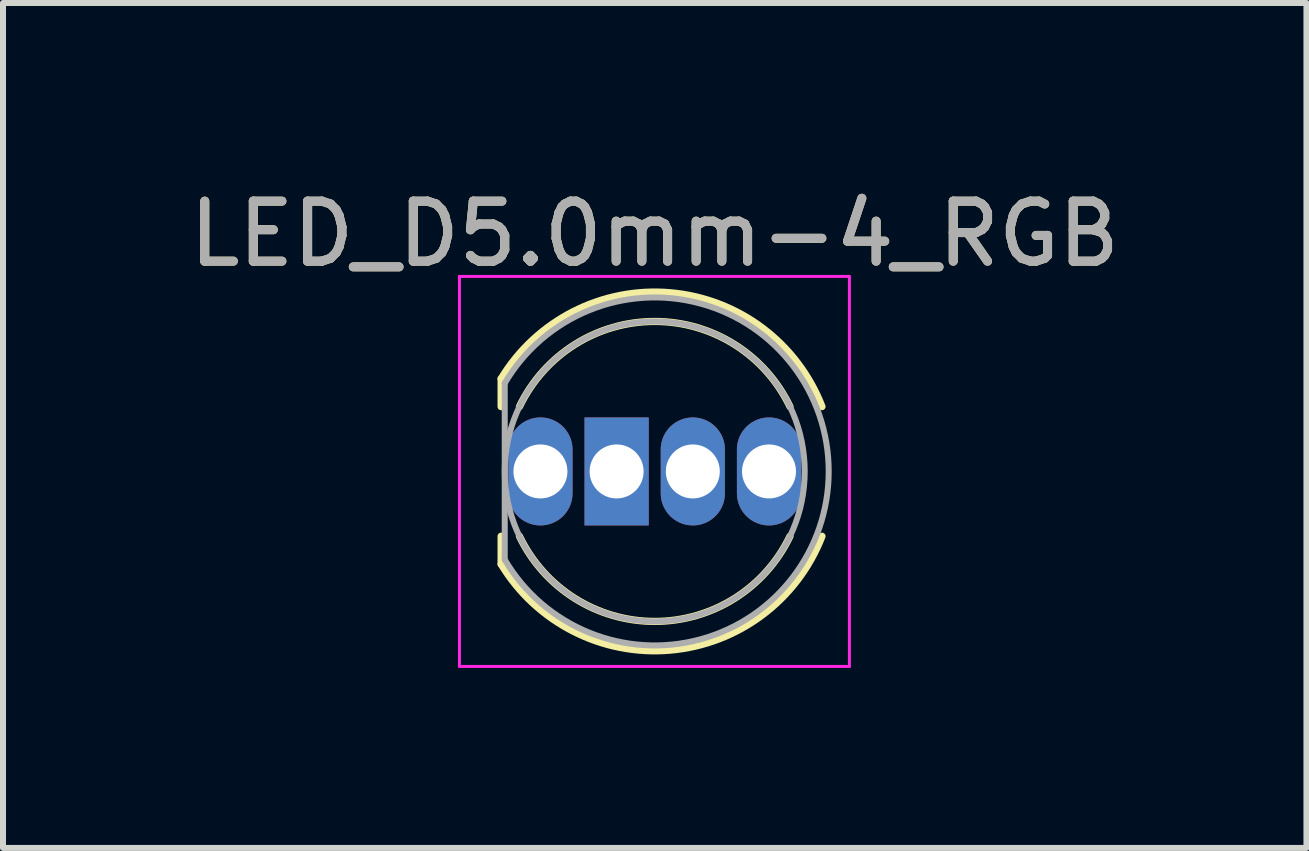
<source format=kicad_pcb>
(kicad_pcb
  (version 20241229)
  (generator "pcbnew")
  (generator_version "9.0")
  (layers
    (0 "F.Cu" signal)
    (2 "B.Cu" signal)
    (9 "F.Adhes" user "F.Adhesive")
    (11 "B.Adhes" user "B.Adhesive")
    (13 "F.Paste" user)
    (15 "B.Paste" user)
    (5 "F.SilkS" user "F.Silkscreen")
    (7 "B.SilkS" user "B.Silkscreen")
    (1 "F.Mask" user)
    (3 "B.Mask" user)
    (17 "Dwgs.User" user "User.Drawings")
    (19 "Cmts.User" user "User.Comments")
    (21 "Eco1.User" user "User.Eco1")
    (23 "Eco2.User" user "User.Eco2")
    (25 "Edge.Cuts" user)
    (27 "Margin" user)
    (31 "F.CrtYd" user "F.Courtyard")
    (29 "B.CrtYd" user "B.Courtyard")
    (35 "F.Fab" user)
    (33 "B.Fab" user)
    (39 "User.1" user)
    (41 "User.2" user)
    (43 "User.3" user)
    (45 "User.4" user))
  (footprint "LED_D5.0mm-4_RGB"
    (layer "F.Cu")
    (at 5.958 4.808)
    (property "Reference" "LED_D5.0mm-4_RGB" (at 1.905 -3.96 0) (layer "F.SilkS") (effects (font (size 1 1) (thickness 0.15))))
    (attr through_hole)
    (fp_line (start -0.655 -1.545) (end -0.655 -1.08) (stroke (width 0.12) (type solid)) (layer "F.SilkS"))
    (fp_line (start -0.655 1.08) (end -0.655 1.545) (stroke (width 0.12) (type solid)) (layer "F.SilkS"))
    (fp_arc (start -0.655 -1.54483) (mid 2.163456 -2.978809) (end 4.692815 -1.080827) (stroke (width 0.12) (type solid)) (layer "F.SilkS"))
    (fp_arc (start -0.349684 -1.08) (mid 1.904762 -2.5) (end 4.159479 -1.080429) (stroke (width 0.12) (type solid)) (layer "F.SilkS"))
    (fp_arc (start 4.159479 1.080429) (mid 1.904762 2.5) (end -0.349684 1.08) (stroke (width 0.12) (type solid)) (layer "F.SilkS"))
    (fp_arc (start 4.692815 1.080827) (mid 2.163456 2.978808) (end -0.655 1.54483) (stroke (width 0.12) (type solid)) (layer "F.SilkS"))
    (fp_line (start -1.35 -3.25) (end -1.35 3.25) (stroke (width 0.05) (type solid)) (layer "F.CrtYd"))
    (fp_line (start -1.35 3.25) (end 5.15 3.25) (stroke (width 0.05) (type solid)) (layer "F.CrtYd"))
    (fp_line (start 5.15 -3.25) (end -1.35 -3.25) (stroke (width 0.05) (type solid)) (layer "F.CrtYd"))
    (fp_line (start 5.15 3.25) (end 5.15 -3.25) (stroke (width 0.05) (type solid)) (layer "F.CrtYd"))
    (fp_line (start -0.595 -1.47) (end -0.595 1.47) (stroke (width 0.1) (type solid)) (layer "F.Fab"))
    (fp_arc (start -0.595 -1.469694) (mid 4.805 0.000016) (end -0.595016 1.469666) (stroke (width 0.1) (type solid)) (layer "F.Fab"))
    (fp_circle (center 1.905 0) (end 4.405 0) (stroke (width 0.1) (type solid)) (fill no) (layer "F.Fab"))
    (fp_text user "${REFERENCE}" (at 1.905 -3.96 0) (layer "F.Fab") (effects (font (size 1 1) (thickness 0.15))))
    (pad "1" thru_hole oval (at 0 0) (size 1.07 1.8) (drill 0.9) (layers "*.Cu" "*.Mask"))
    (pad "2" thru_hole rect (at 1.27 0) (size 1.07 1.8) (drill 0.9) (layers "*.Cu" "*.Mask"))
    (pad "3" thru_hole oval (at 3.81 0) (size 1.07 1.8) (drill 0.9) (layers "*.Cu" "*.Mask"))
    (pad "4" thru_hole oval (at 2.54 0) (size 1.07 1.8) (drill 0.9) (layers "*.Cu" "*.Mask")))
  (gr_rect
    (start -3 -3)
    (end 18.726 11.083)
    (stroke (width 0.1) (type default))
    (fill no)
    (layer "Edge.Cuts")))
</source>
